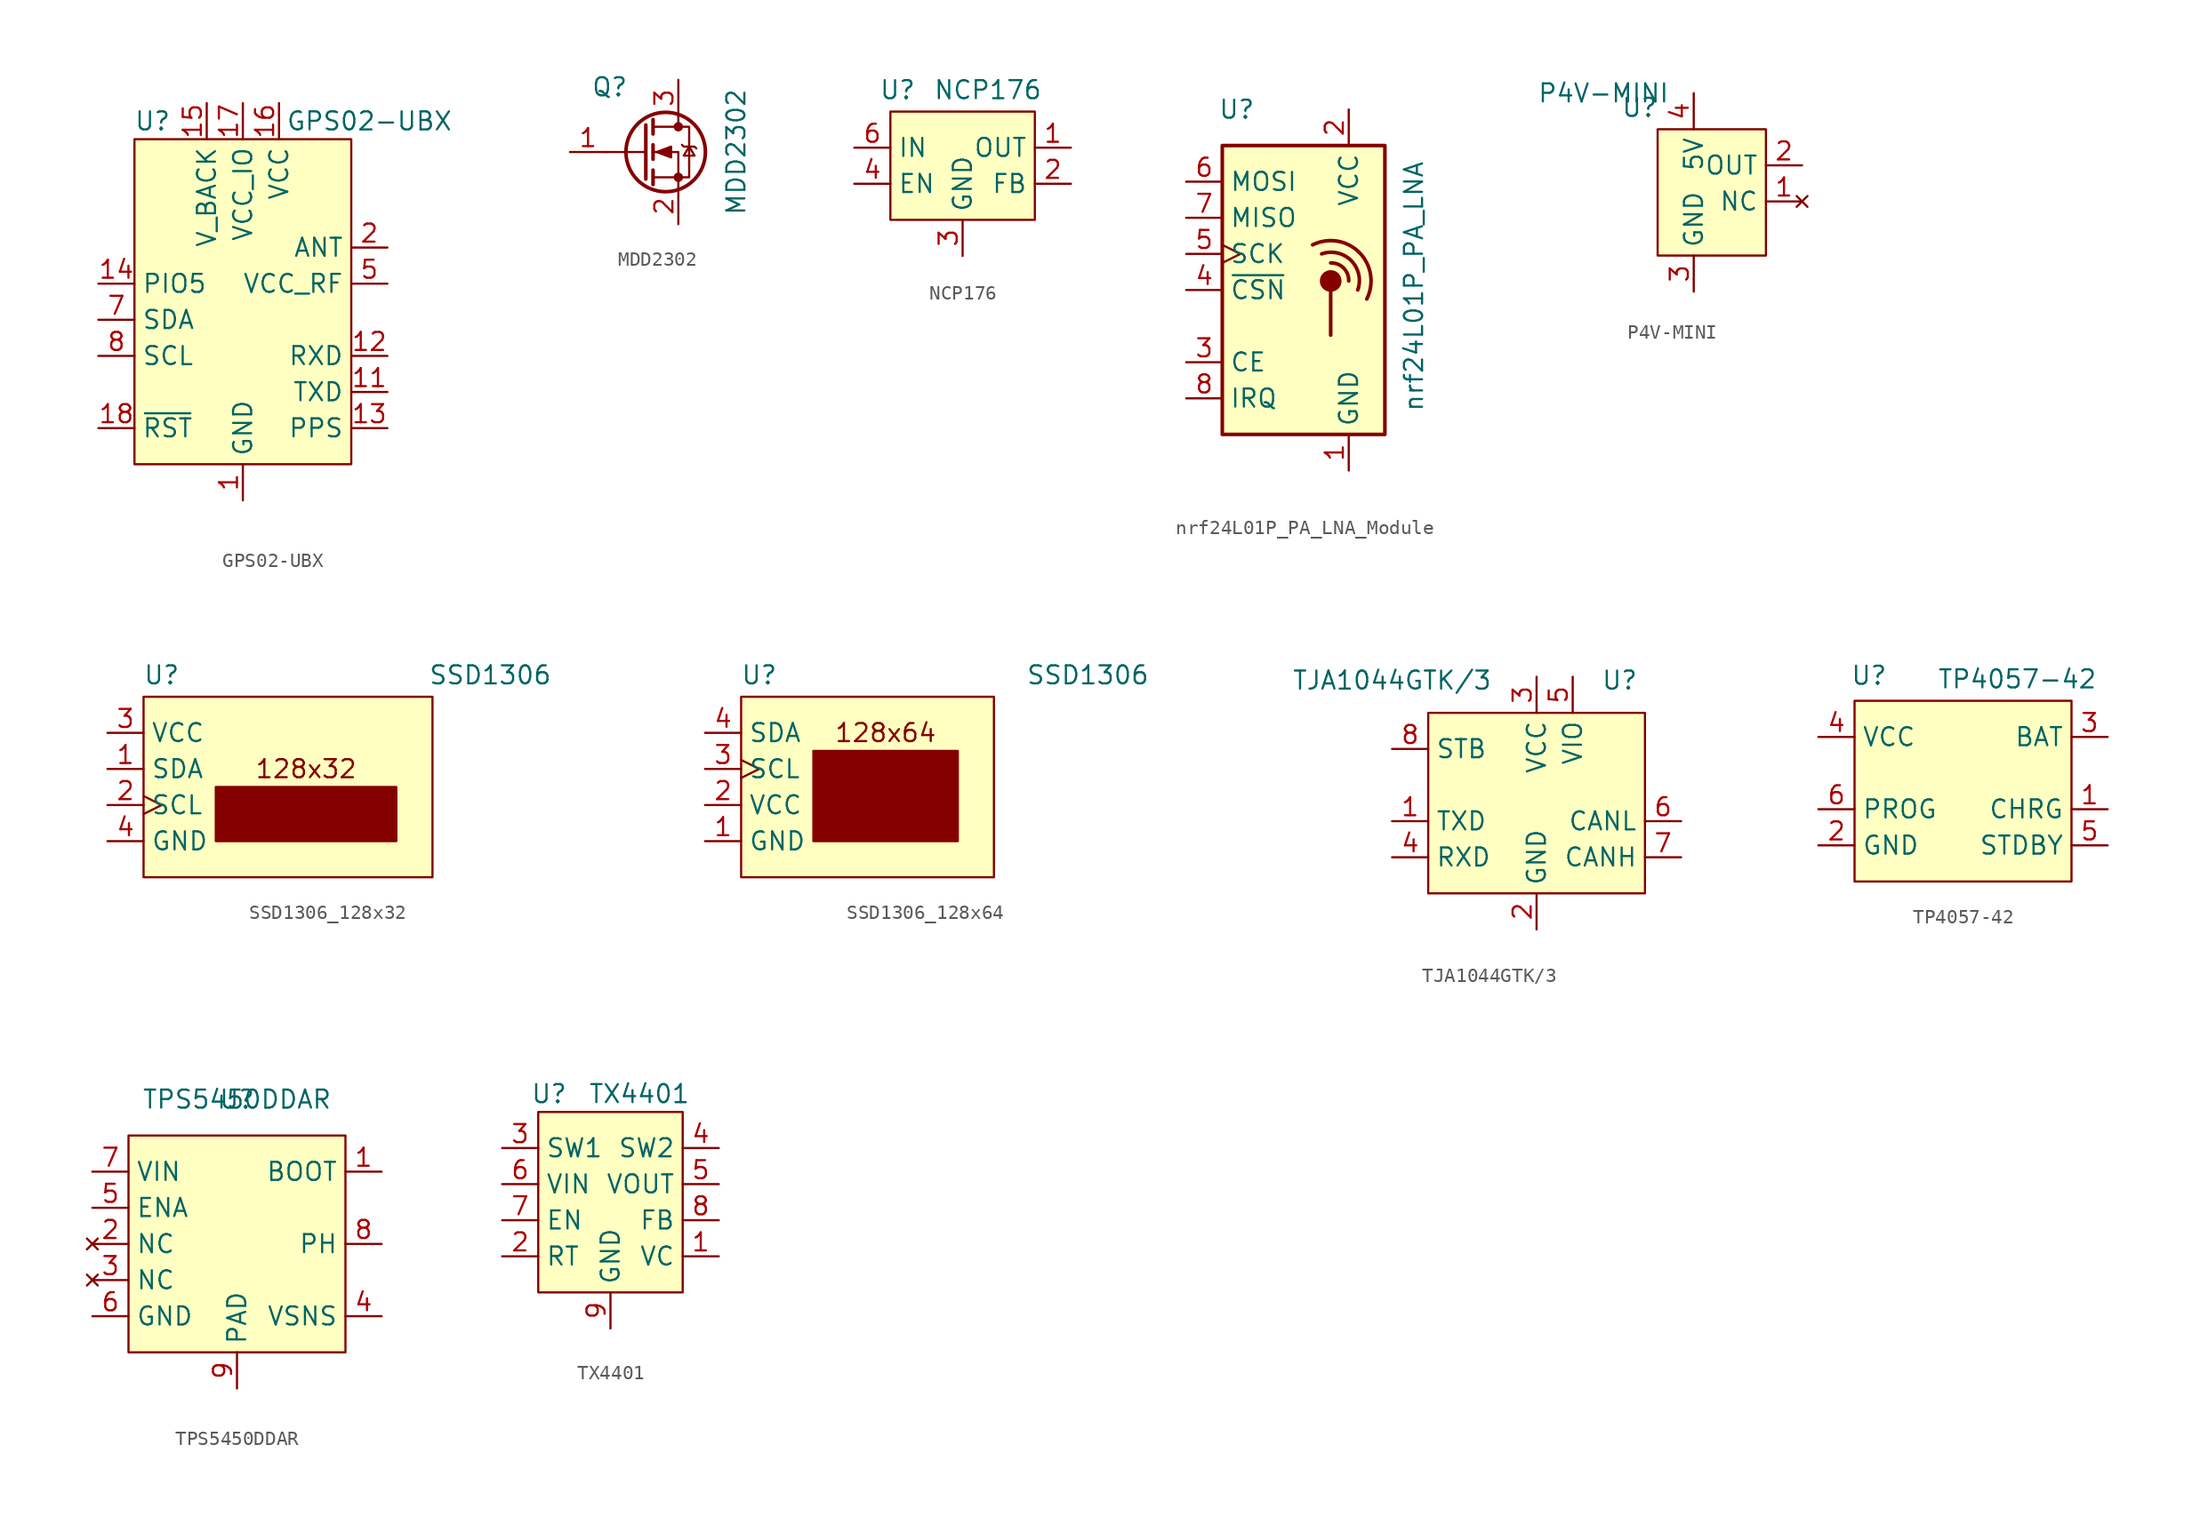
<source format=kicad_sym>
(kicad_symbol_lib
  (version 20231120)
  (generator "kicad_symbol_editor")
  (generator_version "8.0")
  (symbol "GPS02-UBX"
    (property "Reference" "U"
      (at 1.27 1.27 0)
      (effects (font (size 1.27 1.27))))
    (property "Value" "GPS02-UBX"
      (at 16.51 1.27 0)
      (effects (font (size 1.27 1.27))))
    (symbol "GPS02-UBX_1_1"
      (rectangle (start 0 0) (end 15.24 -22.86) (stroke (width 0) (type default)) (fill (type background)))
      (pin power_in line (at 7.62 -25.4 90) (length 2.54) (name "GND" (effects (font (size 1.27 1.27)))) (number "1" (effects (font (size 1.27 1.27)))))
      (pin power_in line (at 7.62 -25.4 90) (length 2.54) hide (name "GND" (effects (font (size 1.27 1.27)))) (number "10" (effects (font (size 1.27 1.27)))))
      (pin output line (at 17.78 -17.78 180) (length 2.54) (name "TXD" (effects (font (size 1.27 1.27)))) (number "11" (effects (font (size 1.27 1.27)))))
      (pin input line (at 17.78 -15.24 180) (length 2.54) (name "RXD" (effects (font (size 1.27 1.27)))) (number "12" (effects (font (size 1.27 1.27)))))
      (pin output line (at 17.78 -20.32 180) (length 2.54) (name "PPS" (effects (font (size 1.27 1.27)))) (number "13" (effects (font (size 1.27 1.27)))))
      (pin output line (at -2.54 -10.16 0) (length 2.54) (name "PIO5" (effects (font (size 1.27 1.27)))) (number "14" (effects (font (size 1.27 1.27)))))
      (pin power_in line (at 5.08 2.54 270) (length 2.54) (name "V_BACK" (effects (font (size 1.27 1.27)))) (number "15" (effects (font (size 1.27 1.27)))))
      (pin power_in line (at 10.16 2.54 270) (length 2.54) (name "VCC" (effects (font (size 1.27 1.27)))) (number "16" (effects (font (size 1.27 1.27)))))
      (pin power_in line (at 7.62 2.54 270) (length 2.54) (name "VCC_IO" (effects (font (size 1.27 1.27)))) (number "17" (effects (font (size 1.27 1.27)))))
      (pin input line (at -2.54 -20.32 0) (length 2.54) (name "~{RST}" (effects (font (size 1.27 1.27)))) (number "18" (effects (font (size 1.27 1.27)))))
      (pin input line (at 17.78 -7.62 180) (length 2.54) (name "ANT" (effects (font (size 1.27 1.27)))) (number "2" (effects (font (size 1.27 1.27)))))
      (pin power_in line (at 7.62 -25.4 90) (length 2.54) hide (name "GND" (effects (font (size 1.27 1.27)))) (number "3" (effects (font (size 1.27 1.27)))))
      (pin no_connect line (at -2.54 -2.54 0) (length 2.54) hide (name "NC" (effects (font (size 1.27 1.27)))) (number "4" (effects (font (size 1.27 1.27)))))
      (pin power_out line (at 17.78 -10.16 180) (length 2.54) (name "VCC_RF" (effects (font (size 1.27 1.27)))) (number "5" (effects (font (size 1.27 1.27)))))
      (pin no_connect line (at -2.54 -5.08 0) (length 2.54) hide (name "NC" (effects (font (size 1.27 1.27)))) (number "6" (effects (font (size 1.27 1.27)))))
      (pin bidirectional line (at -2.54 -12.7 0) (length 2.54) (name "SDA" (effects (font (size 1.27 1.27)))) (number "7" (effects (font (size 1.27 1.27)))))
      (pin input line (at -2.54 -15.24 0) (length 2.54) (name "SCL" (effects (font (size 1.27 1.27)))) (number "8" (effects (font (size 1.27 1.27)))))
      (pin no_connect line (at -2.54 -7.62 0) (length 2.54) hide (name "NC" (effects (font (size 1.27 1.27)))) (number "9" (effects (font (size 1.27 1.27)))))))
  (symbol "MDD2302"
    (pin_names hide)
    (property "Reference" "Q"
      (at -4.826 4.572 0)
      (effects (font (size 1.27 1.27))))
    (property "Value" "MDD2302"
      (at 4.064 0 90)
      (effects (font (size 1.27 1.27))))
    (symbol "MDD2302_0_1"
      (circle (center -0.889 0) (radius 2.794) (stroke (width 0.254) (type default)) (fill (type none)))
      (circle (center 0 -1.778) (radius 0.254) (stroke (width 0) (type default)) (fill (type outline)))
      (polyline (pts (xy -2.286 0) (xy -5.08 0)) (stroke (width 0) (type default)) (fill (type none)))
      (polyline (pts (xy -2.286 1.905) (xy -2.286 -1.905)) (stroke (width 0.254) (type default)) (fill (type none)))
      (polyline (pts (xy -1.778 -1.27) (xy -1.778 -2.286)) (stroke (width 0.254) (type default)) (fill (type none)))
      (polyline (pts (xy -1.778 0.508) (xy -1.778 -0.508)) (stroke (width 0.254) (type default)) (fill (type none)))
      (polyline (pts (xy -1.778 2.286) (xy -1.778 1.27)) (stroke (width 0.254) (type default)) (fill (type none)))
      (polyline (pts (xy 0 2.54) (xy 0 1.778)) (stroke (width 0) (type default)) (fill (type none)))
      (polyline (pts (xy 0 -2.54) (xy 0 0) (xy -1.778 0)) (stroke (width 0) (type default)) (fill (type none)))
      (polyline (pts (xy -1.778 -1.778) (xy 0.762 -1.778) (xy 0.762 1.778) (xy -1.778 1.778)) (stroke (width 0) (type default)) (fill (type none)))
      (polyline (pts (xy -1.524 0) (xy -0.508 0.381) (xy -0.508 -0.381) (xy -1.524 0)) (stroke (width 0) (type default)) (fill (type outline)))
      (polyline (pts (xy 0.254 0.508) (xy 0.381 0.381) (xy 1.143 0.381) (xy 1.27 0.254)) (stroke (width 0) (type default)) (fill (type none)))
      (polyline (pts (xy 0.762 0.381) (xy 0.381 -0.254) (xy 1.143 -0.254) (xy 0.762 0.381)) (stroke (width 0) (type default)) (fill (type none)))
      (circle (center 0 1.778) (radius 0.254) (stroke (width 0) (type default)) (fill (type outline))))
    (symbol "MDD2302_1_1"
      (pin input line (at -7.62 0 0) (length 2.54) (name "G" (effects (font (size 1.27 1.27)))) (number "1" (effects (font (size 1.27 1.27)))))
      (pin passive line (at 0 -5.08 90) (length 2.54) (name "S" (effects (font (size 1.27 1.27)))) (number "2" (effects (font (size 1.27 1.27)))))
      (pin passive line (at 0 5.08 270) (length 2.54) (name "D" (effects (font (size 1.27 1.27)))) (number "3" (effects (font (size 1.27 1.27)))))))
  (symbol "NCP176"
    (property "Reference" "U"
      (at -4.572 4.064 0)
      (effects (font (size 1.27 1.27))))
    (property "Value" "NCP176"
      (at 1.778 4.064 0)
      (effects (font (size 1.27 1.27))))
    (symbol "NCP176_1_1"
      (rectangle (start -5.08 2.54) (end 5.08 -5.08) (stroke (width 0) (type default)) (fill (type background)))
      (pin power_out line (at 7.62 0 180) (length 2.54) (name "OUT" (effects (font (size 1.27 1.27)))) (number "1" (effects (font (size 1.27 1.27)))))
      (pin input line (at 7.62 -2.54 180) (length 2.54) (name "FB" (effects (font (size 1.27 1.27)))) (number "2" (effects (font (size 1.27 1.27)))))
      (pin power_in line (at 0 -7.62 90) (length 2.54) (name "GND" (effects (font (size 1.27 1.27)))) (number "3" (effects (font (size 1.27 1.27)))))
      (pin input line (at -7.62 -2.54 0) (length 2.54) (name "EN" (effects (font (size 1.27 1.27)))) (number "4" (effects (font (size 1.27 1.27)))))
      (pin no_connect line (at 0 5.08 270) (length 2.54) hide (name "NC" (effects (font (size 1.27 1.27)))) (number "5" (effects (font (size 1.27 1.27)))))
      (pin power_in line (at -7.62 0 0) (length 2.54) (name "IN" (effects (font (size 1.27 1.27)))) (number "6" (effects (font (size 1.27 1.27)))))
      (pin passive line (at 0 -7.62 90) (length 2.54) hide (name "EPAD" (effects (font (size 1.27 1.27)))) (number "7" (effects (font (size 1.27 1.27)))))))
  (symbol "nrf24L01P_PA_LNA_Module"
    (property "Reference" "U"
      (at 1.016 2.54 0)
      (effects (font (size 1.27 1.27))))
    (property "Value" "nrf24L01P_PA_LNA"
      (at 13.462 -9.906 90)
      (effects (font (size 1.27 1.27))))
    (symbol "nrf24L01P_PA_LNA_Module_0_1"
      (polyline (pts (xy 7.62 -10.16) (xy 7.62 -13.335)) (stroke (width 0.254) (type default)) (fill (type none)))
      (rectangle (start 0 0) (end 11.43 -20.32) (stroke (width 0.254) (type default)) (fill (type background)))
      (circle (center 7.62 -9.525) (radius 0.635) (stroke (width 0.254) (type default)) (fill (type outline)))
      (arc (start 8.89 -9.525) (mid 8.5308 -8.6142) (end 7.62 -8.255) (stroke (width 0.254) (type default)) (fill (type none)))
      (arc (start 9.525 -10.16) (mid 9.0585 -8.0865) (end 6.985 -7.62) (stroke (width 0.254) (type default)) (fill (type none)))
      (arc (start 10.16 -10.795) (mid 9.628 -7.517) (end 6.35 -6.985) (stroke (width 0.254) (type default)) (fill (type none))))
    (symbol "nrf24L01P_PA_LNA_Module_1_1"
      (pin power_in line (at 8.89 -22.86 90) (length 2.54) (name "GND" (effects (font (size 1.27 1.27)))) (number "1" (effects (font (size 1.27 1.27)))))
      (pin power_in line (at 8.89 2.54 270) (length 2.54) (name "VCC" (effects (font (size 1.27 1.27)))) (number "2" (effects (font (size 1.27 1.27)))))
      (pin input line (at -2.54 -15.24 0) (length 2.54) (name "CE" (effects (font (size 1.27 1.27)))) (number "3" (effects (font (size 1.27 1.27)))))
      (pin input line (at -2.54 -10.16 0) (length 2.54) (name "~{CSN}" (effects (font (size 1.27 1.27)))) (number "4" (effects (font (size 1.27 1.27)))))
      (pin input clock (at -2.54 -7.62 0) (length 2.54) (name "SCK" (effects (font (size 1.27 1.27)))) (number "5" (effects (font (size 1.27 1.27)))))
      (pin input line (at -2.54 -2.54 0) (length 2.54) (name "MOSI" (effects (font (size 1.27 1.27)))) (number "6" (effects (font (size 1.27 1.27)))))
      (pin output line (at -2.54 -5.08 0) (length 2.54) (name "MISO" (effects (font (size 1.27 1.27)))) (number "7" (effects (font (size 1.27 1.27)))))
      (pin output line (at -2.54 -17.78 0) (length 2.54) (name "IRQ" (effects (font (size 1.27 1.27)))) (number "8" (effects (font (size 1.27 1.27)))))))
  (symbol "P4V-MINI"
    (property "Reference" "U"
      (at -1.27 1.524 0)
      (effects (font (size 1.27 1.27))))
    (property "Value" "P4V-MINI"
      (at -3.81 2.54 0)
      (effects (font (size 1.27 1.27))))
    (symbol "P4V-MINI_1_1"
      (rectangle (start 0 0) (end 7.62 -8.89) (stroke (width 0) (type default)) (fill (type background)))
      (pin no_connect line (at 10.16 -5.08 180) (length 2.54) (name "NC" (effects (font (size 1.27 1.27)))) (number "1" (effects (font (size 1.27 1.27)))))
      (pin output line (at 10.16 -2.54 180) (length 2.54) (name "OUT" (effects (font (size 1.27 1.27)))) (number "2" (effects (font (size 1.27 1.27)))))
      (pin power_in line (at 2.54 -11.43 90) (length 2.54) (name "GND" (effects (font (size 1.27 1.27)))) (number "3" (effects (font (size 1.27 1.27)))))
      (pin power_in line (at 2.54 2.54 270) (length 2.54) (name "5V" (effects (font (size 1.27 1.27)))) (number "4" (effects (font (size 1.27 1.27)))))))
  (symbol "SSD1306_128x32"
    (property "Reference" "U"
      (at 1.27 1.524 0)
      (effects (font (size 1.27 1.27))))
    (property "Value" "SSD1306"
      (at 24.384 1.524 0)
      (effects (font (size 1.27 1.27))))
    (symbol "SSD1306_128x32_1_1"
      (rectangle (start 0 0) (end 20.32 -12.7) (stroke (width 0) (type default)) (fill (type background)))
      (rectangle (start 5.08 -6.35) (end 17.78 -10.16) (stroke (width 0) (type default)) (fill (type outline)))
      (text "128x32" (at 11.43 -5.08 0) (effects (font (size 1.27 1.27))))
      (pin bidirectional line (at -2.54 -5.08 0) (length 2.54) (name "SDA" (effects (font (size 1.27 1.27)))) (number "1" (effects (font (size 1.27 1.27)))))
      (pin input clock (at -2.54 -7.62 0) (length 2.54) (name "SCL" (effects (font (size 1.27 1.27)))) (number "2" (effects (font (size 1.27 1.27)))))
      (pin power_in line (at -2.54 -2.54 0) (length 2.54) (name "VCC" (effects (font (size 1.27 1.27)))) (number "3" (effects (font (size 1.27 1.27)))))
      (pin power_in line (at -2.54 -10.16 0) (length 2.54) (name "GND" (effects (font (size 1.27 1.27)))) (number "4" (effects (font (size 1.27 1.27)))))))
  (symbol "SSD1306_128x64"
    (property "Reference" "U"
      (at 1.27 1.524 0)
      (effects (font (size 1.27 1.27))))
    (property "Value" "SSD1306"
      (at 24.384 1.524 0)
      (effects (font (size 1.27 1.27))))
    (symbol "SSD1306_128x64_1_1"
      (rectangle (start 0 0) (end 17.78 -12.7) (stroke (width 0) (type default)) (fill (type background)))
      (rectangle (start 5.08 -3.81) (end 15.24 -10.16) (stroke (width 0) (type default)) (fill (type outline)))
      (text "128x64" (at 10.16 -2.54 0) (effects (font (size 1.27 1.27))))
      (pin power_in line (at -2.54 -10.16 0) (length 2.54) (name "GND" (effects (font (size 1.27 1.27)))) (number "1" (effects (font (size 1.27 1.27)))))
      (pin power_in line (at -2.54 -7.62 0) (length 2.54) (name "VCC" (effects (font (size 1.27 1.27)))) (number "2" (effects (font (size 1.27 1.27)))))
      (pin input clock (at -2.54 -5.08 0) (length 2.54) (name "SCL" (effects (font (size 1.27 1.27)))) (number "3" (effects (font (size 1.27 1.27)))))
      (pin bidirectional line (at -2.54 -2.54 0) (length 2.54) (name "SDA" (effects (font (size 1.27 1.27)))) (number "4" (effects (font (size 1.27 1.27)))))))
  (symbol "TJA1044GTK/3"
    (property "Reference" "U"
      (at 13.462 2.286 0)
      (effects (font (size 1.27 1.27))))
    (property "Value" "TJA1044GTK/3"
      (at -2.54 2.286 0)
      (effects (font (size 1.27 1.27))))
    (symbol "TJA1044GTK/3_1_1"
      (rectangle (start 0 0) (end 15.24 -12.7) (stroke (width 0) (type default)) (fill (type background)))
      (pin input line (at -2.54 -7.62 0) (length 2.54) (name "TXD" (effects (font (size 1.27 1.27)))) (number "1" (effects (font (size 1.27 1.27)))))
      (pin power_in line (at 7.62 -15.24 90) (length 2.54) (name "GND" (effects (font (size 1.27 1.27)))) (number "2" (effects (font (size 1.27 1.27)))))
      (pin power_in line (at 7.62 2.54 270) (length 2.54) (name "VCC" (effects (font (size 1.27 1.27)))) (number "3" (effects (font (size 1.27 1.27)))))
      (pin output line (at -2.54 -10.16 0) (length 2.54) (name "RXD" (effects (font (size 1.27 1.27)))) (number "4" (effects (font (size 1.27 1.27)))))
      (pin power_in line (at 10.16 2.54 270) (length 2.54) (name "VIO" (effects (font (size 1.27 1.27)))) (number "5" (effects (font (size 1.27 1.27)))))
      (pin bidirectional line (at 17.78 -7.62 180) (length 2.54) (name "CANL" (effects (font (size 1.27 1.27)))) (number "6" (effects (font (size 1.27 1.27)))))
      (pin bidirectional line (at 17.78 -10.16 180) (length 2.54) (name "CANH" (effects (font (size 1.27 1.27)))) (number "7" (effects (font (size 1.27 1.27)))))
      (pin input line (at -2.54 -2.54 0) (length 2.54) (name "STB" (effects (font (size 1.27 1.27)))) (number "8" (effects (font (size 1.27 1.27)))))
      (pin passive line (at 7.62 -15.24 90) (length 2.54) hide (name "EPAD" (effects (font (size 1.27 1.27)))) (number "9" (effects (font (size 1.27 1.27)))))))
  (symbol "TP4057-42"
    (property "Reference" "U"
      (at 1.016 1.778 0)
      (effects (font (size 1.27 1.27))))
    (property "Value" "TP4057-42"
      (at 11.43 1.524 0)
      (effects (font (size 1.27 1.27))))
    (symbol "TP4057-42_1_1"
      (rectangle (start 0 0) (end 15.24 -12.7) (stroke (width 0) (type default)) (fill (type background)))
      (pin open_collector line (at 17.78 -7.62 180) (length 2.54) (name "CHRG" (effects (font (size 1.27 1.27)))) (number "1" (effects (font (size 1.27 1.27)))))
      (pin power_in line (at -2.54 -10.16 0) (length 2.54) (name "GND" (effects (font (size 1.27 1.27)))) (number "2" (effects (font (size 1.27 1.27)))))
      (pin power_out line (at 17.78 -2.54 180) (length 2.54) (name "BAT" (effects (font (size 1.27 1.27)))) (number "3" (effects (font (size 1.27 1.27)))))
      (pin power_in line (at -2.54 -2.54 0) (length 2.54) (name "VCC" (effects (font (size 1.27 1.27)))) (number "4" (effects (font (size 1.27 1.27)))))
      (pin open_collector line (at 17.78 -10.16 180) (length 2.54) (name "STDBY" (effects (font (size 1.27 1.27)))) (number "5" (effects (font (size 1.27 1.27)))))
      (pin input line (at -2.54 -7.62 0) (length 2.54) (name "PROG" (effects (font (size 1.27 1.27)))) (number "6" (effects (font (size 1.27 1.27)))))))
  (symbol "TPS5450DDAR"
    (property "Reference" "U"
      (at 7.62 2.54 0)
      (effects (font (size 1.27 1.27))))
    (property "Value" "TPS5450DDAR"
      (at 7.62 2.54 0)
      (effects (font (size 1.27 1.27))))
    (symbol "TPS5450DDAR_1_1"
      (rectangle (start 0 0) (end 15.24 -15.24) (stroke (width 0) (type default)) (fill (type background)))
      (pin output line (at 17.78 -2.54 180) (length 2.54) (name "BOOT" (effects (font (size 1.27 1.27)))) (number "1" (effects (font (size 1.27 1.27)))))
      (pin no_connect line (at -2.54 -7.62 0) (length 2.54) (name "NC" (effects (font (size 1.27 1.27)))) (number "2" (effects (font (size 1.27 1.27)))))
      (pin no_connect line (at -2.54 -10.16 0) (length 2.54) (name "NC" (effects (font (size 1.27 1.27)))) (number "3" (effects (font (size 1.27 1.27)))))
      (pin input line (at 17.78 -12.7 180) (length 2.54) (name "VSNS" (effects (font (size 1.27 1.27)))) (number "4" (effects (font (size 1.27 1.27)))))
      (pin input line (at -2.54 -5.08 0) (length 2.54) (name "ENA" (effects (font (size 1.27 1.27)))) (number "5" (effects (font (size 1.27 1.27)))))
      (pin power_in line (at -2.54 -12.7 0) (length 2.54) (name "GND" (effects (font (size 1.27 1.27)))) (number "6" (effects (font (size 1.27 1.27)))))
      (pin power_in line (at -2.54 -2.54 0) (length 2.54) (name "VIN" (effects (font (size 1.27 1.27)))) (number "7" (effects (font (size 1.27 1.27)))))
      (pin output line (at 17.78 -7.62 180) (length 2.54) (name "PH" (effects (font (size 1.27 1.27)))) (number "8" (effects (font (size 1.27 1.27)))))
      (pin passive line (at 7.62 -17.78 90) (length 2.54) (name "PAD" (effects (font (size 1.27 1.27)))) (number "9" (effects (font (size 1.27 1.27)))))))
  (symbol "TX4401"
    (property "Reference" "U"
      (at -9.398 13.97 0)
      (effects (font (size 1.27 1.27))))
    (property "Value" "TX4401"
      (at -3.048 13.97 0)
      (effects (font (size 1.27 1.27))))
    (symbol "TX4401_1_1"
      (rectangle (start -10.16 12.7) (end 0 0) (stroke (width 0) (type default)) (fill (type background)))
      (pin output line (at 2.54 2.54 180) (length 2.54) (name "VC" (effects (font (size 1.27 1.27)))) (number "1" (effects (font (size 1.27 1.27)))))
      (pin input line (at -12.7 2.54 0) (length 2.54) (name "RT" (effects (font (size 1.27 1.27)))) (number "2" (effects (font (size 1.27 1.27)))))
      (pin passive line (at -12.7 10.16 0) (length 2.54) (name "SW1" (effects (font (size 1.27 1.27)))) (number "3" (effects (font (size 1.27 1.27)))))
      (pin passive line (at 2.54 10.16 180) (length 2.54) (name "SW2" (effects (font (size 1.27 1.27)))) (number "4" (effects (font (size 1.27 1.27)))))
      (pin power_out line (at 2.54 7.62 180) (length 2.54) (name "VOUT" (effects (font (size 1.27 1.27)))) (number "5" (effects (font (size 1.27 1.27)))))
      (pin power_in line (at -12.7 7.62 0) (length 2.54) (name "VIN" (effects (font (size 1.27 1.27)))) (number "6" (effects (font (size 1.27 1.27)))))
      (pin input line (at -12.7 5.08 0) (length 2.54) (name "EN" (effects (font (size 1.27 1.27)))) (number "7" (effects (font (size 1.27 1.27)))))
      (pin input line (at 2.54 5.08 180) (length 2.54) (name "FB" (effects (font (size 1.27 1.27)))) (number "8" (effects (font (size 1.27 1.27)))))
      (pin power_in line (at -5.08 -2.54 90) (length 2.54) (name "GND" (effects (font (size 1.27 1.27)))) (number "9" (effects (font (size 1.27 1.27))))))))
</source>
